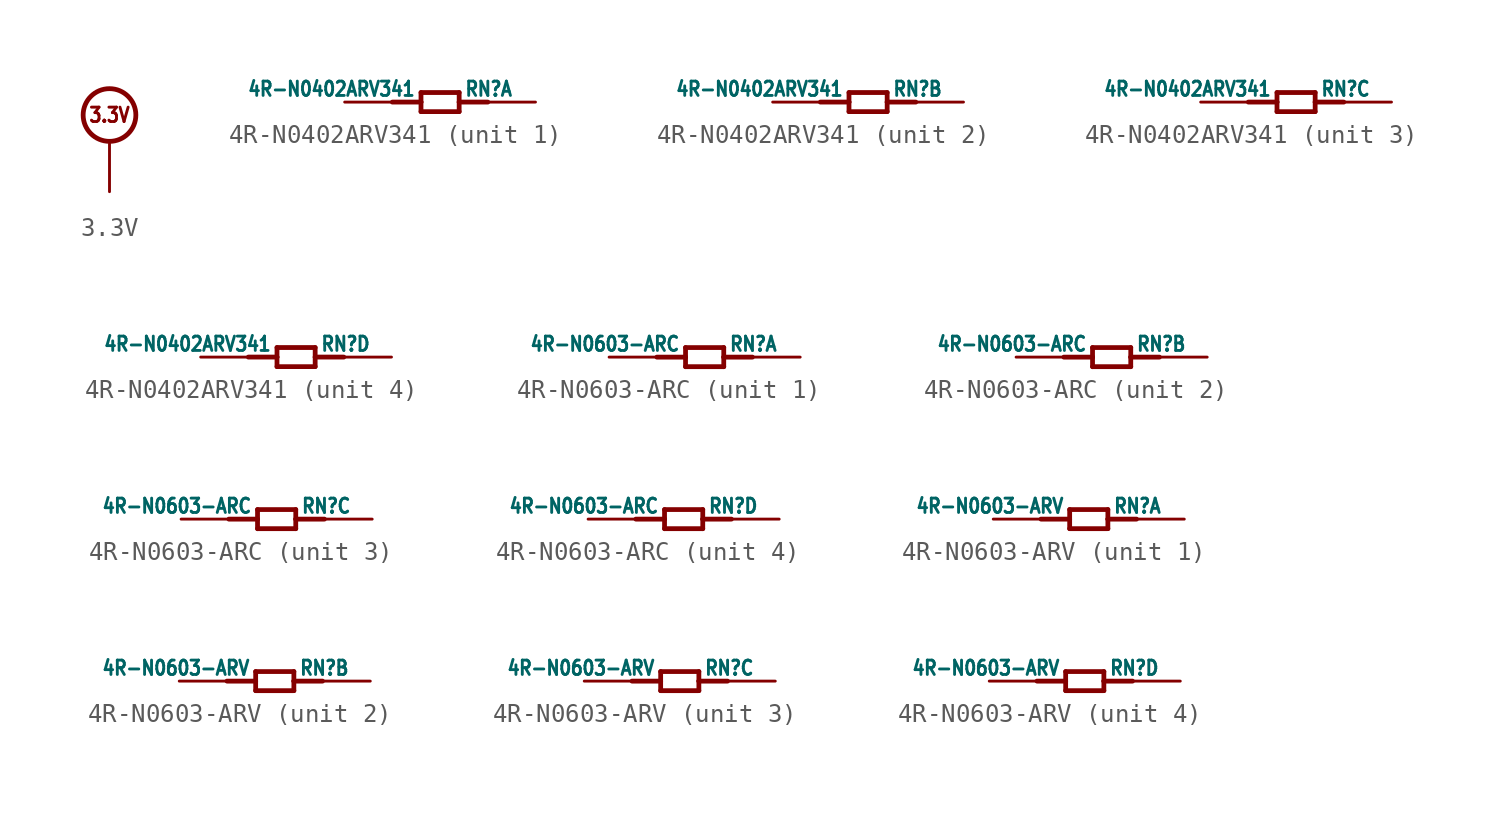
<source format=kicad_sym>
(kicad_symbol_lib
  (version 20211014)
  (generator kicad_symbol_editor)
  (symbol "3.3V"
    (power)
    (property "Reference" "#PWR_"
      (at 0 0 0)
      (effects (font (size 1.27 1.27)) hide))
    (property "ki_locked" ""
      (at 0 0 0)
      (effects (font (size 1.27 1.27))))
    (symbol "3.3V_1_0"
      (circle (center 0 4.064) (radius 1.397) (stroke (width 0.254) (type default) (color 0 0 0 0)) (fill (type none)))
      (text "3.3V" (at 0 4.064 0) (effects (font (size 0.762 0.648))))
      (pin power_in line (at 0 0 90) (length 2.54) (name "3.3V" (effects (font (size 0 0)))) (number "1" (effects (font (size 0 0)))))))
  (symbol "4R-N0402ARV341"
    (property "Reference" "RN"
      (at 1.27 0.254 0)
      (effects (font (size 0.762 0.648)) (justify left bottom)))
    (property "Value" "4R-N0402ARV341"
      (at -1.27 0.254 0)
      (effects (font (size 0.762 0.648)) (justify right bottom)))
    (property "ki_locked" ""
      (at 0 0 0)
      (effects (font (size 1.27 1.27))))
    (symbol "4R-N0402ARV341_1_0"
      (polyline (pts (xy -2.54 0) (xy -1.016 0)) (stroke (width 0.254) (type default) (color 0 0 0 0)) (fill (type none)))
      (polyline (pts (xy -1.016 -0.508) (xy 1.016 -0.508)) (stroke (width 0.254) (type default) (color 0 0 0 0)) (fill (type none)))
      (polyline (pts (xy -1.016 0) (xy -1.016 -0.508)) (stroke (width 0.254) (type default) (color 0 0 0 0)) (fill (type none)))
      (polyline (pts (xy -1.016 0.508) (xy -1.016 0)) (stroke (width 0.254) (type default) (color 0 0 0 0)) (fill (type none)))
      (polyline (pts (xy 1.016 -0.508) (xy 1.016 0)) (stroke (width 0.254) (type default) (color 0 0 0 0)) (fill (type none)))
      (polyline (pts (xy 1.016 0) (xy 1.016 0.508)) (stroke (width 0.254) (type default) (color 0 0 0 0)) (fill (type none)))
      (polyline (pts (xy 1.016 0) (xy 2.54 0)) (stroke (width 0.254) (type default) (color 0 0 0 0)) (fill (type none)))
      (polyline (pts (xy 1.016 0.508) (xy -1.016 0.508)) (stroke (width 0.254) (type default) (color 0 0 0 0)) (fill (type none)))
      (pin passive line (at -5.08 0 0) (length 2.54) (name "1" (effects (font (size 0 0)))) (number "1" (effects (font (size 0 0)))))
      (pin passive line (at 5.08 0 180) (length 2.54) (name "2" (effects (font (size 0 0)))) (number "8" (effects (font (size 0 0))))))
    (symbol "4R-N0402ARV341_2_0"
      (polyline (pts (xy -2.54 0) (xy -1.016 0)) (stroke (width 0.254) (type default) (color 0 0 0 0)) (fill (type none)))
      (polyline (pts (xy -1.016 -0.508) (xy 1.016 -0.508)) (stroke (width 0.254) (type default) (color 0 0 0 0)) (fill (type none)))
      (polyline (pts (xy -1.016 0) (xy -1.016 -0.508)) (stroke (width 0.254) (type default) (color 0 0 0 0)) (fill (type none)))
      (polyline (pts (xy -1.016 0.508) (xy -1.016 0)) (stroke (width 0.254) (type default) (color 0 0 0 0)) (fill (type none)))
      (polyline (pts (xy 1.016 -0.508) (xy 1.016 0)) (stroke (width 0.254) (type default) (color 0 0 0 0)) (fill (type none)))
      (polyline (pts (xy 1.016 0) (xy 1.016 0.508)) (stroke (width 0.254) (type default) (color 0 0 0 0)) (fill (type none)))
      (polyline (pts (xy 1.016 0) (xy 2.54 0)) (stroke (width 0.254) (type default) (color 0 0 0 0)) (fill (type none)))
      (polyline (pts (xy 1.016 0.508) (xy -1.016 0.508)) (stroke (width 0.254) (type default) (color 0 0 0 0)) (fill (type none)))
      (pin passive line (at -5.08 0 0) (length 2.54) (name "1" (effects (font (size 0 0)))) (number "2" (effects (font (size 0 0)))))
      (pin passive line (at 5.08 0 180) (length 2.54) (name "2" (effects (font (size 0 0)))) (number "7" (effects (font (size 0 0))))))
    (symbol "4R-N0402ARV341_3_0"
      (polyline (pts (xy -2.54 0) (xy -1.016 0)) (stroke (width 0.254) (type default) (color 0 0 0 0)) (fill (type none)))
      (polyline (pts (xy -1.016 -0.508) (xy 1.016 -0.508)) (stroke (width 0.254) (type default) (color 0 0 0 0)) (fill (type none)))
      (polyline (pts (xy -1.016 0) (xy -1.016 -0.508)) (stroke (width 0.254) (type default) (color 0 0 0 0)) (fill (type none)))
      (polyline (pts (xy -1.016 0.508) (xy -1.016 0)) (stroke (width 0.254) (type default) (color 0 0 0 0)) (fill (type none)))
      (polyline (pts (xy 1.016 -0.508) (xy 1.016 0)) (stroke (width 0.254) (type default) (color 0 0 0 0)) (fill (type none)))
      (polyline (pts (xy 1.016 0) (xy 1.016 0.508)) (stroke (width 0.254) (type default) (color 0 0 0 0)) (fill (type none)))
      (polyline (pts (xy 1.016 0) (xy 2.54 0)) (stroke (width 0.254) (type default) (color 0 0 0 0)) (fill (type none)))
      (polyline (pts (xy 1.016 0.508) (xy -1.016 0.508)) (stroke (width 0.254) (type default) (color 0 0 0 0)) (fill (type none)))
      (pin passive line (at -5.08 0 0) (length 2.54) (name "1" (effects (font (size 0 0)))) (number "3" (effects (font (size 0 0)))))
      (pin passive line (at 5.08 0 180) (length 2.54) (name "2" (effects (font (size 0 0)))) (number "6" (effects (font (size 0 0))))))
    (symbol "4R-N0402ARV341_4_0"
      (polyline (pts (xy -2.54 0) (xy -1.016 0)) (stroke (width 0.254) (type default) (color 0 0 0 0)) (fill (type none)))
      (polyline (pts (xy -1.016 -0.508) (xy 1.016 -0.508)) (stroke (width 0.254) (type default) (color 0 0 0 0)) (fill (type none)))
      (polyline (pts (xy -1.016 0) (xy -1.016 -0.508)) (stroke (width 0.254) (type default) (color 0 0 0 0)) (fill (type none)))
      (polyline (pts (xy -1.016 0.508) (xy -1.016 0)) (stroke (width 0.254) (type default) (color 0 0 0 0)) (fill (type none)))
      (polyline (pts (xy 1.016 -0.508) (xy 1.016 0)) (stroke (width 0.254) (type default) (color 0 0 0 0)) (fill (type none)))
      (polyline (pts (xy 1.016 0) (xy 1.016 0.508)) (stroke (width 0.254) (type default) (color 0 0 0 0)) (fill (type none)))
      (polyline (pts (xy 1.016 0) (xy 2.54 0)) (stroke (width 0.254) (type default) (color 0 0 0 0)) (fill (type none)))
      (polyline (pts (xy 1.016 0.508) (xy -1.016 0.508)) (stroke (width 0.254) (type default) (color 0 0 0 0)) (fill (type none)))
      (pin passive line (at -5.08 0 0) (length 2.54) (name "1" (effects (font (size 0 0)))) (number "4" (effects (font (size 0 0)))))
      (pin passive line (at 5.08 0 180) (length 2.54) (name "2" (effects (font (size 0 0)))) (number "5" (effects (font (size 0 0)))))))
  (symbol "4R-N0603-ARC"
    (property "Reference" "RN"
      (at 1.27 0.254 0)
      (effects (font (size 0.762 0.648)) (justify left bottom)))
    (property "Value" "4R-N0603-ARC"
      (at -1.27 0.254 0)
      (effects (font (size 0.762 0.648)) (justify right bottom)))
    (property "ki_locked" ""
      (at 0 0 0)
      (effects (font (size 1.27 1.27))))
    (symbol "4R-N0603-ARC_1_0"
      (polyline (pts (xy -2.54 0) (xy -1.016 0)) (stroke (width 0.254) (type default) (color 0 0 0 0)) (fill (type none)))
      (polyline (pts (xy -1.016 -0.508) (xy 1.016 -0.508)) (stroke (width 0.254) (type default) (color 0 0 0 0)) (fill (type none)))
      (polyline (pts (xy -1.016 0) (xy -1.016 -0.508)) (stroke (width 0.254) (type default) (color 0 0 0 0)) (fill (type none)))
      (polyline (pts (xy -1.016 0.508) (xy -1.016 0)) (stroke (width 0.254) (type default) (color 0 0 0 0)) (fill (type none)))
      (polyline (pts (xy 1.016 -0.508) (xy 1.016 0)) (stroke (width 0.254) (type default) (color 0 0 0 0)) (fill (type none)))
      (polyline (pts (xy 1.016 0) (xy 1.016 0.508)) (stroke (width 0.254) (type default) (color 0 0 0 0)) (fill (type none)))
      (polyline (pts (xy 1.016 0) (xy 2.54 0)) (stroke (width 0.254) (type default) (color 0 0 0 0)) (fill (type none)))
      (polyline (pts (xy 1.016 0.508) (xy -1.016 0.508)) (stroke (width 0.254) (type default) (color 0 0 0 0)) (fill (type none)))
      (pin passive line (at -5.08 0 0) (length 2.54) (name "1" (effects (font (size 0 0)))) (number "1" (effects (font (size 0 0)))))
      (pin passive line (at 5.08 0 180) (length 2.54) (name "2" (effects (font (size 0 0)))) (number "8" (effects (font (size 0 0))))))
    (symbol "4R-N0603-ARC_2_0"
      (polyline (pts (xy -2.54 0) (xy -1.016 0)) (stroke (width 0.254) (type default) (color 0 0 0 0)) (fill (type none)))
      (polyline (pts (xy -1.016 -0.508) (xy 1.016 -0.508)) (stroke (width 0.254) (type default) (color 0 0 0 0)) (fill (type none)))
      (polyline (pts (xy -1.016 0) (xy -1.016 -0.508)) (stroke (width 0.254) (type default) (color 0 0 0 0)) (fill (type none)))
      (polyline (pts (xy -1.016 0.508) (xy -1.016 0)) (stroke (width 0.254) (type default) (color 0 0 0 0)) (fill (type none)))
      (polyline (pts (xy 1.016 -0.508) (xy 1.016 0)) (stroke (width 0.254) (type default) (color 0 0 0 0)) (fill (type none)))
      (polyline (pts (xy 1.016 0) (xy 1.016 0.508)) (stroke (width 0.254) (type default) (color 0 0 0 0)) (fill (type none)))
      (polyline (pts (xy 1.016 0) (xy 2.54 0)) (stroke (width 0.254) (type default) (color 0 0 0 0)) (fill (type none)))
      (polyline (pts (xy 1.016 0.508) (xy -1.016 0.508)) (stroke (width 0.254) (type default) (color 0 0 0 0)) (fill (type none)))
      (pin passive line (at -5.08 0 0) (length 2.54) (name "1" (effects (font (size 0 0)))) (number "2" (effects (font (size 0 0)))))
      (pin passive line (at 5.08 0 180) (length 2.54) (name "2" (effects (font (size 0 0)))) (number "7" (effects (font (size 0 0))))))
    (symbol "4R-N0603-ARC_3_0"
      (polyline (pts (xy -2.54 0) (xy -1.016 0)) (stroke (width 0.254) (type default) (color 0 0 0 0)) (fill (type none)))
      (polyline (pts (xy -1.016 -0.508) (xy 1.016 -0.508)) (stroke (width 0.254) (type default) (color 0 0 0 0)) (fill (type none)))
      (polyline (pts (xy -1.016 0) (xy -1.016 -0.508)) (stroke (width 0.254) (type default) (color 0 0 0 0)) (fill (type none)))
      (polyline (pts (xy -1.016 0.508) (xy -1.016 0)) (stroke (width 0.254) (type default) (color 0 0 0 0)) (fill (type none)))
      (polyline (pts (xy 1.016 -0.508) (xy 1.016 0)) (stroke (width 0.254) (type default) (color 0 0 0 0)) (fill (type none)))
      (polyline (pts (xy 1.016 0) (xy 1.016 0.508)) (stroke (width 0.254) (type default) (color 0 0 0 0)) (fill (type none)))
      (polyline (pts (xy 1.016 0) (xy 2.54 0)) (stroke (width 0.254) (type default) (color 0 0 0 0)) (fill (type none)))
      (polyline (pts (xy 1.016 0.508) (xy -1.016 0.508)) (stroke (width 0.254) (type default) (color 0 0 0 0)) (fill (type none)))
      (pin passive line (at -5.08 0 0) (length 2.54) (name "1" (effects (font (size 0 0)))) (number "3" (effects (font (size 0 0)))))
      (pin passive line (at 5.08 0 180) (length 2.54) (name "2" (effects (font (size 0 0)))) (number "6" (effects (font (size 0 0))))))
    (symbol "4R-N0603-ARC_4_0"
      (polyline (pts (xy -2.54 0) (xy -1.016 0)) (stroke (width 0.254) (type default) (color 0 0 0 0)) (fill (type none)))
      (polyline (pts (xy -1.016 -0.508) (xy 1.016 -0.508)) (stroke (width 0.254) (type default) (color 0 0 0 0)) (fill (type none)))
      (polyline (pts (xy -1.016 0) (xy -1.016 -0.508)) (stroke (width 0.254) (type default) (color 0 0 0 0)) (fill (type none)))
      (polyline (pts (xy -1.016 0.508) (xy -1.016 0)) (stroke (width 0.254) (type default) (color 0 0 0 0)) (fill (type none)))
      (polyline (pts (xy 1.016 -0.508) (xy 1.016 0)) (stroke (width 0.254) (type default) (color 0 0 0 0)) (fill (type none)))
      (polyline (pts (xy 1.016 0) (xy 1.016 0.508)) (stroke (width 0.254) (type default) (color 0 0 0 0)) (fill (type none)))
      (polyline (pts (xy 1.016 0) (xy 2.54 0)) (stroke (width 0.254) (type default) (color 0 0 0 0)) (fill (type none)))
      (polyline (pts (xy 1.016 0.508) (xy -1.016 0.508)) (stroke (width 0.254) (type default) (color 0 0 0 0)) (fill (type none)))
      (pin passive line (at -5.08 0 0) (length 2.54) (name "1" (effects (font (size 0 0)))) (number "4" (effects (font (size 0 0)))))
      (pin passive line (at 5.08 0 180) (length 2.54) (name "2" (effects (font (size 0 0)))) (number "5" (effects (font (size 0 0)))))))
  (symbol "4R-N0603-ARV"
    (property "Reference" "RN"
      (at 1.27 0.254 0)
      (effects (font (size 0.762 0.648)) (justify left bottom)))
    (property "Value" "4R-N0603-ARV"
      (at -1.27 0.254 0)
      (effects (font (size 0.762 0.648)) (justify right bottom)))
    (property "ki_locked" ""
      (at 0 0 0)
      (effects (font (size 1.27 1.27))))
    (symbol "4R-N0603-ARV_1_0"
      (polyline (pts (xy -2.54 0) (xy -1.016 0)) (stroke (width 0.254) (type default) (color 0 0 0 0)) (fill (type none)))
      (polyline (pts (xy -1.016 -0.508) (xy 1.016 -0.508)) (stroke (width 0.254) (type default) (color 0 0 0 0)) (fill (type none)))
      (polyline (pts (xy -1.016 0) (xy -1.016 -0.508)) (stroke (width 0.254) (type default) (color 0 0 0 0)) (fill (type none)))
      (polyline (pts (xy -1.016 0.508) (xy -1.016 0)) (stroke (width 0.254) (type default) (color 0 0 0 0)) (fill (type none)))
      (polyline (pts (xy 1.016 -0.508) (xy 1.016 0)) (stroke (width 0.254) (type default) (color 0 0 0 0)) (fill (type none)))
      (polyline (pts (xy 1.016 0) (xy 1.016 0.508)) (stroke (width 0.254) (type default) (color 0 0 0 0)) (fill (type none)))
      (polyline (pts (xy 1.016 0) (xy 2.54 0)) (stroke (width 0.254) (type default) (color 0 0 0 0)) (fill (type none)))
      (polyline (pts (xy 1.016 0.508) (xy -1.016 0.508)) (stroke (width 0.254) (type default) (color 0 0 0 0)) (fill (type none)))
      (pin passive line (at -5.08 0 0) (length 2.54) (name "1" (effects (font (size 0 0)))) (number "1" (effects (font (size 0 0)))))
      (pin passive line (at 5.08 0 180) (length 2.54) (name "2" (effects (font (size 0 0)))) (number "8" (effects (font (size 0 0))))))
    (symbol "4R-N0603-ARV_2_0"
      (polyline (pts (xy -2.54 0) (xy -1.016 0)) (stroke (width 0.254) (type default) (color 0 0 0 0)) (fill (type none)))
      (polyline (pts (xy -1.016 -0.508) (xy 1.016 -0.508)) (stroke (width 0.254) (type default) (color 0 0 0 0)) (fill (type none)))
      (polyline (pts (xy -1.016 0) (xy -1.016 -0.508)) (stroke (width 0.254) (type default) (color 0 0 0 0)) (fill (type none)))
      (polyline (pts (xy -1.016 0.508) (xy -1.016 0)) (stroke (width 0.254) (type default) (color 0 0 0 0)) (fill (type none)))
      (polyline (pts (xy 1.016 -0.508) (xy 1.016 0)) (stroke (width 0.254) (type default) (color 0 0 0 0)) (fill (type none)))
      (polyline (pts (xy 1.016 0) (xy 1.016 0.508)) (stroke (width 0.254) (type default) (color 0 0 0 0)) (fill (type none)))
      (polyline (pts (xy 1.016 0) (xy 2.54 0)) (stroke (width 0.254) (type default) (color 0 0 0 0)) (fill (type none)))
      (polyline (pts (xy 1.016 0.508) (xy -1.016 0.508)) (stroke (width 0.254) (type default) (color 0 0 0 0)) (fill (type none)))
      (pin passive line (at -5.08 0 0) (length 2.54) (name "1" (effects (font (size 0 0)))) (number "2" (effects (font (size 0 0)))))
      (pin passive line (at 5.08 0 180) (length 2.54) (name "2" (effects (font (size 0 0)))) (number "7" (effects (font (size 0 0))))))
    (symbol "4R-N0603-ARV_3_0"
      (polyline (pts (xy -2.54 0) (xy -1.016 0)) (stroke (width 0.254) (type default) (color 0 0 0 0)) (fill (type none)))
      (polyline (pts (xy -1.016 -0.508) (xy 1.016 -0.508)) (stroke (width 0.254) (type default) (color 0 0 0 0)) (fill (type none)))
      (polyline (pts (xy -1.016 0) (xy -1.016 -0.508)) (stroke (width 0.254) (type default) (color 0 0 0 0)) (fill (type none)))
      (polyline (pts (xy -1.016 0.508) (xy -1.016 0)) (stroke (width 0.254) (type default) (color 0 0 0 0)) (fill (type none)))
      (polyline (pts (xy 1.016 -0.508) (xy 1.016 0)) (stroke (width 0.254) (type default) (color 0 0 0 0)) (fill (type none)))
      (polyline (pts (xy 1.016 0) (xy 1.016 0.508)) (stroke (width 0.254) (type default) (color 0 0 0 0)) (fill (type none)))
      (polyline (pts (xy 1.016 0) (xy 2.54 0)) (stroke (width 0.254) (type default) (color 0 0 0 0)) (fill (type none)))
      (polyline (pts (xy 1.016 0.508) (xy -1.016 0.508)) (stroke (width 0.254) (type default) (color 0 0 0 0)) (fill (type none)))
      (pin passive line (at -5.08 0 0) (length 2.54) (name "1" (effects (font (size 0 0)))) (number "3" (effects (font (size 0 0)))))
      (pin passive line (at 5.08 0 180) (length 2.54) (name "2" (effects (font (size 0 0)))) (number "6" (effects (font (size 0 0))))))
    (symbol "4R-N0603-ARV_4_0"
      (polyline (pts (xy -2.54 0) (xy -1.016 0)) (stroke (width 0.254) (type default) (color 0 0 0 0)) (fill (type none)))
      (polyline (pts (xy -1.016 -0.508) (xy 1.016 -0.508)) (stroke (width 0.254) (type default) (color 0 0 0 0)) (fill (type none)))
      (polyline (pts (xy -1.016 0) (xy -1.016 -0.508)) (stroke (width 0.254) (type default) (color 0 0 0 0)) (fill (type none)))
      (polyline (pts (xy -1.016 0.508) (xy -1.016 0)) (stroke (width 0.254) (type default) (color 0 0 0 0)) (fill (type none)))
      (polyline (pts (xy 1.016 -0.508) (xy 1.016 0)) (stroke (width 0.254) (type default) (color 0 0 0 0)) (fill (type none)))
      (polyline (pts (xy 1.016 0) (xy 1.016 0.508)) (stroke (width 0.254) (type default) (color 0 0 0 0)) (fill (type none)))
      (polyline (pts (xy 1.016 0) (xy 2.54 0)) (stroke (width 0.254) (type default) (color 0 0 0 0)) (fill (type none)))
      (polyline (pts (xy 1.016 0.508) (xy -1.016 0.508)) (stroke (width 0.254) (type default) (color 0 0 0 0)) (fill (type none)))
      (pin passive line (at -5.08 0 0) (length 2.54) (name "1" (effects (font (size 0 0)))) (number "4" (effects (font (size 0 0)))))
      (pin passive line (at 5.08 0 180) (length 2.54) (name "2" (effects (font (size 0 0)))) (number "5" (effects (font (size 0 0))))))))
</source>
